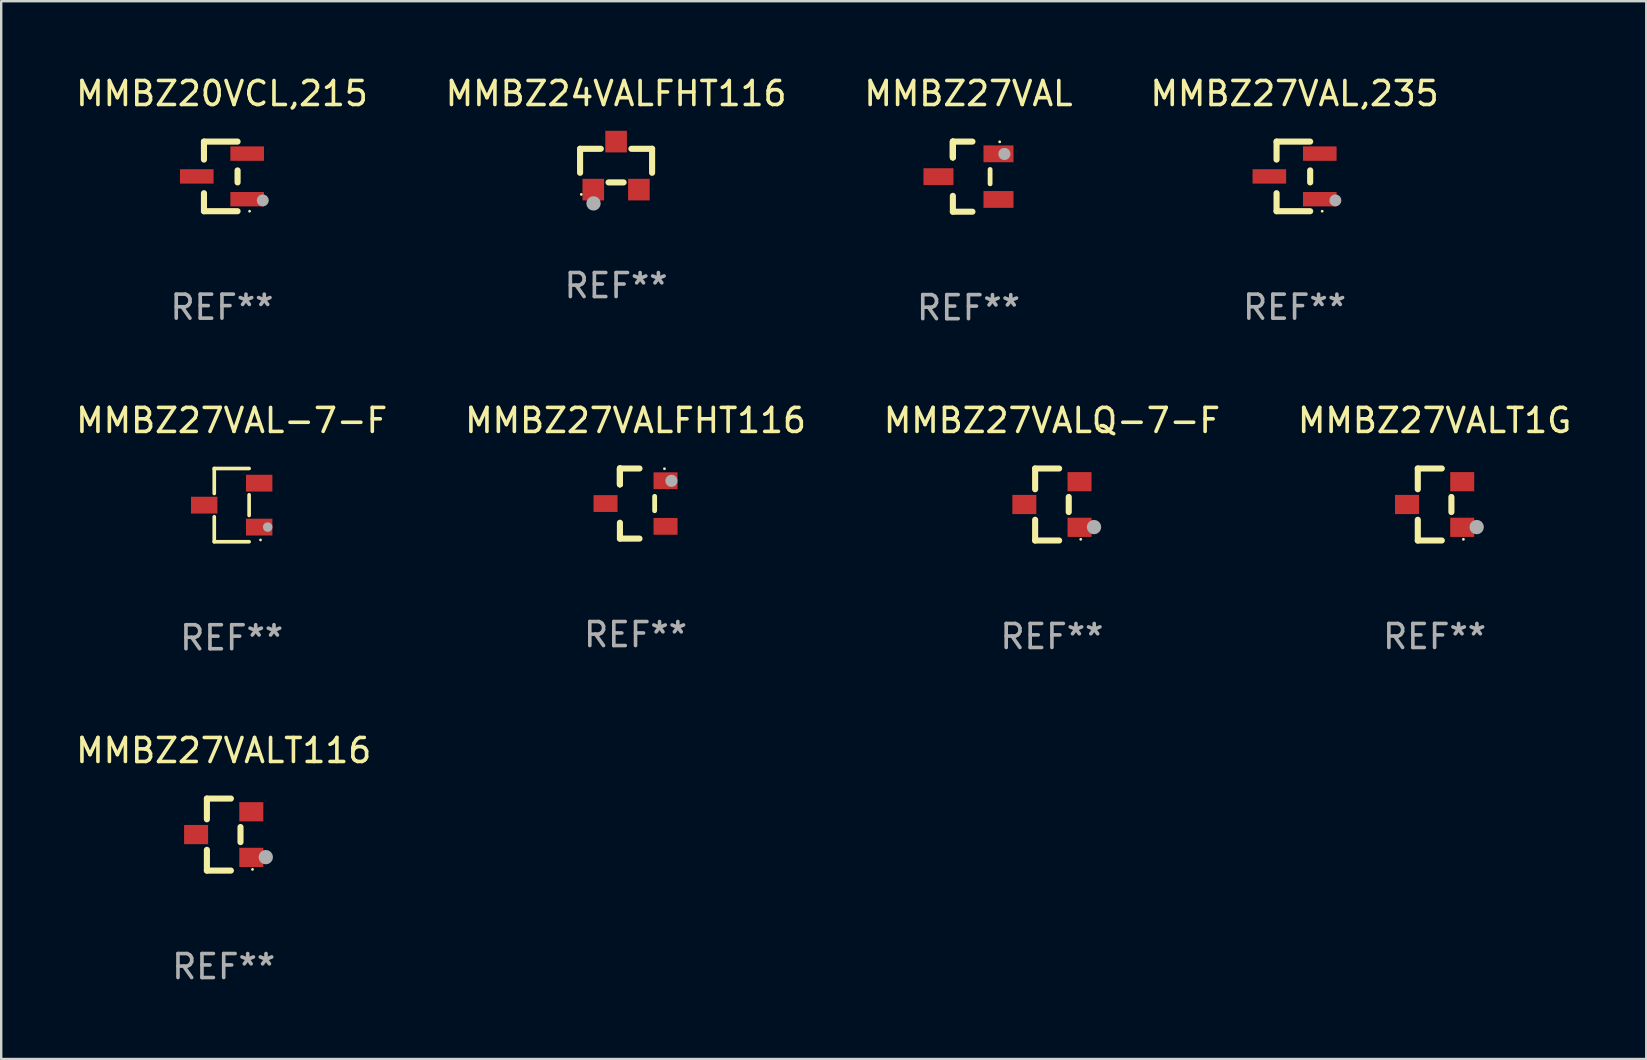
<source format=kicad_pcb>
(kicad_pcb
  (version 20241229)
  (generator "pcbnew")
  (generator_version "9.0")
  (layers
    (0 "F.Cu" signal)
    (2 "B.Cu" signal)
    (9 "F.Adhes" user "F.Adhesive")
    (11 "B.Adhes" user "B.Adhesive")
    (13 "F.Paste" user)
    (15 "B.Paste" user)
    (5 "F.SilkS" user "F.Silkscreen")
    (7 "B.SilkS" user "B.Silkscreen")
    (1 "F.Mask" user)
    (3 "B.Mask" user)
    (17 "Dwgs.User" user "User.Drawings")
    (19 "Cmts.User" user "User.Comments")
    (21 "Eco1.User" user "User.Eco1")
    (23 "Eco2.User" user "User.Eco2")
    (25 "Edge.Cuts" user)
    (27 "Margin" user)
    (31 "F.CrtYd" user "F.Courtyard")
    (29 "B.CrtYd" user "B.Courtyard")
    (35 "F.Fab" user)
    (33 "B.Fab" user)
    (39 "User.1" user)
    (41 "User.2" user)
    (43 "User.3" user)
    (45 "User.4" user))
  (footprint "MMBZ27VAL-7-F"
    (layer "F.Cu")
    (at 6.601 17.991)
    (property "Reference" "MMBZ27VAL-7-F" (at 0 -3.526 0) (layer "F.SilkS") (effects (font (size 1 1) (thickness 0.15))))
    (attr through_hole)
    (fp_line (start -0.726 -1.526) (end -0.726 -0.485) (stroke (width 0.152) (type solid)) (layer "F.SilkS"))
    (fp_line (start -0.726 1.526) (end -0.726 0.485) (stroke (width 0.152) (type solid)) (layer "F.SilkS"))
    (fp_line (start 0.726 -1.526) (end -0.726 -1.526) (stroke (width 0.152) (type solid)) (layer "F.SilkS"))
    (fp_line (start 0.726 -0.43) (end 0.726 0.43) (stroke (width 0.152) (type solid)) (layer "F.SilkS"))
    (fp_line (start 0.726 1.526) (end -0.726 1.526) (stroke (width 0.152) (type solid)) (layer "F.SilkS"))
    (fp_circle (center 1.2 1.45) (end 1.23 1.45) (stroke (width 0.06) (type solid)) (fill no) (layer "F.SilkS"))
    (fp_circle (center 1.5 0.915) (end 1.6 0.915) (stroke (width 0.2) (type solid)) (fill no) (layer "F.Fab"))
    (fp_text user "REF**" (at 0 5.526 0) (layer "F.Fab") (effects (font (size 1 1) (thickness 0.15))))
    (pad "1" smd rect (at 1.145 0.915 90) (size 0.7 1.1) (layers "F.Cu" "F.Mask" "F.Paste"))
    (pad "2" smd rect (at 1.145 -0.915 90) (size 0.7 1.1) (layers "F.Cu" "F.Mask" "F.Paste"))
    (pad "3" smd rect (at -1.145 0 90) (size 0.7 1.1) (layers "F.Cu" "F.Mask" "F.Paste")))
  (footprint "MMBZ27VALFHT116"
    (layer "F.Cu")
    (at 23.423 17.925)
    (property "Reference" "MMBZ27VALFHT116" (at 0 -3.46 0) (layer "F.SilkS") (effects (font (size 1 1) (thickness 0.15))))
    (attr through_hole)
    (fp_line (start -0.65 -1.46) (end -0.65 -0.8) (stroke (width 0.254) (type solid)) (layer "F.SilkS"))
    (fp_line (start -0.65 -1.46) (end 0.165 -1.46) (stroke (width 0.254) (type solid)) (layer "F.SilkS"))
    (fp_line (start -0.65 -0.8) (end -0.65 -1.46) (stroke (width 0.254) (type solid)) (layer "F.SilkS"))
    (fp_line (start -0.65 -0.8) (end -0.65 -1.46) (stroke (width 0.254) (type solid)) (layer "F.SilkS"))
    (fp_line (start -0.65 1.46) (end -0.65 0.8) (stroke (width 0.254) (type solid)) (layer "F.SilkS"))
    (fp_line (start 0.165 1.46) (end -0.65 1.46) (stroke (width 0.254) (type solid)) (layer "F.SilkS"))
    (fp_line (start 0.796 0.3) (end 0.796 -0.3) (stroke (width 0.2) (type solid)) (layer "F.SilkS"))
    (fp_circle (center 1.205 -1.45) (end 1.235 -1.45) (stroke (width 0.06) (type solid)) (fill no) (layer "F.SilkS"))
    (fp_circle (center 1.496 -0.945) (end 1.623 -0.945) (stroke (width 0.254) (type solid)) (fill no) (layer "F.Fab"))
    (fp_text user "REF**" (at 0 5.46 0) (layer "F.Fab") (effects (font (size 1 1) (thickness 0.15))))
    (pad "1" smd rect (at 1.25 -0.95 270) (size 0.7 1) (layers "F.Cu" "F.Mask" "F.Paste"))
    (pad "2" smd rect (at 1.25 0.95 270) (size 0.7 1) (layers "F.Cu" "F.Mask" "F.Paste"))
    (pad "3" smd rect (at -1.25 0.000102 270) (size 0.7 1) (layers "F.Cu" "F.Mask" "F.Paste")))
  (footprint "MMBZ27VALT116"
    (layer "F.Cu")
    (at 6.268 31.714)
    (property "Reference" "MMBZ27VALT116" (at 0 -3.5 0) (layer "F.SilkS") (effects (font (size 1 1) (thickness 0.15))))
    (attr through_hole)
    (fp_line (start -0.7 -1.5) (end 0.3 -1.5) (stroke (width 0.254) (type solid)) (layer "F.SilkS"))
    (fp_line (start -0.7 -0.636) (end -0.7 -1.5) (stroke (width 0.254) (type solid)) (layer "F.SilkS"))
    (fp_line (start -0.7 1.5) (end -0.7 0.636) (stroke (width 0.254) (type solid)) (layer "F.SilkS"))
    (fp_line (start -0.7 1.5) (end 0.3 1.5) (stroke (width 0.254) (type solid)) (layer "F.SilkS"))
    (fp_line (start 0.7 0.314) (end 0.7 -0.314) (stroke (width 0.254) (type solid)) (layer "F.SilkS"))
    (fp_circle (center 1.2 1.45) (end 1.23 1.45) (stroke (width 0.06) (type solid)) (fill no) (layer "F.SilkS"))
    (fp_circle (center 1.753 0.94) (end 1.903 0.94) (stroke (width 0.3) (type solid)) (fill no) (layer "F.Fab"))
    (fp_text user "REF**" (at 0 5.5 0) (layer "F.Fab") (effects (font (size 1 1) (thickness 0.15))))
    (pad "1" smd rect (at 1.15 0.95 180) (size 1 0.8) (layers "F.Cu" "F.Mask" "F.Paste"))
    (pad "2" smd rect (at 1.15 -0.95 180) (size 1 0.8) (layers "F.Cu" "F.Mask" "F.Paste"))
    (pad "3" smd rect (at -1.15 -0.000051 180) (size 1 0.8) (layers "F.Cu" "F.Mask" "F.Paste")))
  (footprint "MMBZ27VAL"
    (layer "F.Cu")
    (at 37.292 4.308)
    (property "Reference" "MMBZ27VAL" (at 0 -3.46 0) (layer "F.SilkS") (effects (font (size 1 1) (thickness 0.15))))
    (attr through_hole)
    (fp_line (start -0.65 -1.46) (end -0.65 -0.8) (stroke (width 0.254) (type solid)) (layer "F.SilkS"))
    (fp_line (start -0.65 -1.46) (end 0.165 -1.46) (stroke (width 0.254) (type solid)) (layer "F.SilkS"))
    (fp_line (start -0.65 -0.8) (end -0.65 -1.46) (stroke (width 0.254) (type solid)) (layer "F.SilkS"))
    (fp_line (start -0.65 -0.8) (end -0.65 -1.46) (stroke (width 0.254) (type solid)) (layer "F.SilkS"))
    (fp_line (start -0.65 1.46) (end -0.65 0.8) (stroke (width 0.254) (type solid)) (layer "F.SilkS"))
    (fp_line (start 0.165 1.46) (end -0.65 1.46) (stroke (width 0.254) (type solid)) (layer "F.SilkS"))
    (fp_line (start 0.9 0.3) (end 0.9 -0.3) (stroke (width 0.2) (type solid)) (layer "F.SilkS"))
    (fp_circle (center 1.3 -1.45) (end 1.33 -1.45) (stroke (width 0.06) (type solid)) (fill no) (layer "F.SilkS"))
    (fp_circle (center 1.496 -0.945) (end 1.623 -0.945) (stroke (width 0.254) (type solid)) (fill no) (layer "F.Fab"))
    (fp_text user "REF**" (at 0 5.46 0) (layer "F.Fab") (effects (font (size 1 1) (thickness 0.15))))
    (pad "1" smd rect (at 1.25 -0.95 270) (size 0.7 1.25) (layers "F.Cu" "F.Mask" "F.Paste"))
    (pad "2" smd rect (at 1.25 0.95 270) (size 0.7 1.25) (layers "F.Cu" "F.Mask" "F.Paste"))
    (pad "3" smd rect (at -1.25 0 270) (size 0.7 1.25) (layers "F.Cu" "F.Mask" "F.Paste")))
  (footprint "MMBZ27VALQ-7-F"
    (layer "F.Cu")
    (at 40.768 17.965)
    (property "Reference" "MMBZ27VALQ-7-F" (at 0 -3.5 0) (layer "F.SilkS") (effects (font (size 1 1) (thickness 0.15))))
    (attr through_hole)
    (fp_line (start -0.7 -1.5) (end 0.3 -1.5) (stroke (width 0.254) (type solid)) (layer "F.SilkS"))
    (fp_line (start -0.7 -0.636) (end -0.7 -1.5) (stroke (width 0.254) (type solid)) (layer "F.SilkS"))
    (fp_line (start -0.7 1.5) (end -0.7 0.636) (stroke (width 0.254) (type solid)) (layer "F.SilkS"))
    (fp_line (start -0.7 1.5) (end 0.3 1.5) (stroke (width 0.254) (type solid)) (layer "F.SilkS"))
    (fp_line (start 0.7 0.314) (end 0.7 -0.314) (stroke (width 0.254) (type solid)) (layer "F.SilkS"))
    (fp_circle (center 1.2 1.45) (end 1.23 1.45) (stroke (width 0.06) (type solid)) (fill no) (layer "F.SilkS"))
    (fp_circle (center 1.753 0.94) (end 1.903 0.94) (stroke (width 0.3) (type solid)) (fill no) (layer "F.Fab"))
    (fp_text user "REF**" (at 0 5.5 0) (layer "F.Fab") (effects (font (size 1 1) (thickness 0.15))))
    (pad "1" smd rect (at 1.15 0.95 180) (size 1 0.8) (layers "F.Cu" "F.Mask" "F.Paste"))
    (pad "2" smd rect (at 1.15 -0.95 180) (size 1 0.8) (layers "F.Cu" "F.Mask" "F.Paste"))
    (pad "3" smd rect (at -1.15 -0.000051 180) (size 1 0.8) (layers "F.Cu" "F.Mask" "F.Paste")))
  (footprint "MMBZ27VALT1G"
    (layer "F.Cu")
    (at 56.708 17.965)
    (property "Reference" "MMBZ27VALT1G" (at 0 -3.5 0) (layer "F.SilkS") (effects (font (size 1 1) (thickness 0.15))))
    (attr through_hole)
    (fp_line (start -0.7 -1.5) (end 0.3 -1.5) (stroke (width 0.254) (type solid)) (layer "F.SilkS"))
    (fp_line (start -0.7 -0.636) (end -0.7 -1.5) (stroke (width 0.254) (type solid)) (layer "F.SilkS"))
    (fp_line (start -0.7 1.5) (end -0.7 0.636) (stroke (width 0.254) (type solid)) (layer "F.SilkS"))
    (fp_line (start -0.7 1.5) (end 0.3 1.5) (stroke (width 0.254) (type solid)) (layer "F.SilkS"))
    (fp_line (start 0.7 0.314) (end 0.7 -0.314) (stroke (width 0.254) (type solid)) (layer "F.SilkS"))
    (fp_circle (center 1.2 1.45) (end 1.23 1.45) (stroke (width 0.06) (type solid)) (fill no) (layer "F.SilkS"))
    (fp_circle (center 1.753 0.94) (end 1.903 0.94) (stroke (width 0.3) (type solid)) (fill no) (layer "F.Fab"))
    (fp_text user "REF**" (at 0 5.5 0) (layer "F.Fab") (effects (font (size 1 1) (thickness 0.15))))
    (pad "1" smd rect (at 1.15 0.95 180) (size 1 0.8) (layers "F.Cu" "F.Mask" "F.Paste"))
    (pad "2" smd rect (at 1.15 -0.95 180) (size 1 0.8) (layers "F.Cu" "F.Mask" "F.Paste"))
    (pad "3" smd rect (at -1.15 -0.000051 180) (size 1 0.8) (layers "F.Cu" "F.Mask" "F.Paste")))
  (footprint "MMBZ27VAL,235"
    (layer "F.Cu")
    (at 50.875 4.298)
    (property "Reference" "MMBZ27VAL,235" (at 0 -3.45 0) (layer "F.SilkS") (effects (font (size 1 1) (thickness 0.15))))
    (attr through_hole)
    (fp_line (start -0.75 -1.45) (end 0.65 -1.45) (stroke (width 0.254) (type solid)) (layer "F.SilkS"))
    (fp_line (start -0.75 -0.7) (end -0.75 -1.45) (stroke (width 0.254) (type solid)) (layer "F.SilkS"))
    (fp_line (start -0.75 1.45) (end -0.75 0.7) (stroke (width 0.254) (type solid)) (layer "F.SilkS"))
    (fp_line (start -0.75 1.45) (end 0.65 1.45) (stroke (width 0.254) (type solid)) (layer "F.SilkS"))
    (fp_line (start 0.65 0.25) (end 0.65 -0.25) (stroke (width 0.254) (type solid)) (layer "F.SilkS"))
    (fp_circle (center 1.15 1.45) (end 1.18 1.45) (stroke (width 0.06) (type solid)) (fill no) (layer "F.SilkS"))
    (fp_circle (center 1.7 1) (end 1.825 1) (stroke (width 0.25) (type solid)) (fill no) (layer "F.Fab"))
    (fp_text user "REF**" (at 0 5.45 0) (layer "F.Fab") (effects (font (size 1 1) (thickness 0.15))))
    (pad "1" smd rect (at 1.05 0.95) (size 1.4 0.6) (layers "F.Cu" "F.Mask" "F.Paste"))
    (pad "2" smd rect (at 1.05 -0.95) (size 1.4 0.6) (layers "F.Cu" "F.Mask" "F.Paste"))
    (pad "3" smd rect (at -1.05 0) (size 1.4 0.6) (layers "F.Cu" "F.Mask" "F.Paste")))
  (footprint "MMBZ20VCL,215"
    (layer "F.Cu")
    (at 6.196 4.298)
    (property "Reference" "MMBZ20VCL,215" (at 0 -3.45 0) (layer "F.SilkS") (effects (font (size 1 1) (thickness 0.15))))
    (attr through_hole)
    (fp_line (start -0.75 -1.45) (end 0.65 -1.45) (stroke (width 0.254) (type solid)) (layer "F.SilkS"))
    (fp_line (start -0.75 -0.7) (end -0.75 -1.45) (stroke (width 0.254) (type solid)) (layer "F.SilkS"))
    (fp_line (start -0.75 1.45) (end -0.75 0.7) (stroke (width 0.254) (type solid)) (layer "F.SilkS"))
    (fp_line (start -0.75 1.45) (end 0.65 1.45) (stroke (width 0.254) (type solid)) (layer "F.SilkS"))
    (fp_line (start 0.65 0.25) (end 0.65 -0.25) (stroke (width 0.254) (type solid)) (layer "F.SilkS"))
    (fp_circle (center 1.15 1.45) (end 1.18 1.45) (stroke (width 0.06) (type solid)) (fill no) (layer "F.SilkS"))
    (fp_circle (center 1.7 1) (end 1.825 1) (stroke (width 0.25) (type solid)) (fill no) (layer "F.Fab"))
    (fp_text user "REF**" (at 0 5.45 0) (layer "F.Fab") (effects (font (size 1 1) (thickness 0.15))))
    (pad "1" smd rect (at 1.05 0.95) (size 1.4 0.6) (layers "F.Cu" "F.Mask" "F.Paste"))
    (pad "2" smd rect (at 1.05 -0.95) (size 1.4 0.6) (layers "F.Cu" "F.Mask" "F.Paste"))
    (pad "3" smd rect (at -1.05 0) (size 1.4 0.6) (layers "F.Cu" "F.Mask" "F.Paste")))
  (footprint "MMBZ24VALFHT116"
    (layer "F.Cu")
    (at 22.613 3.848)
    (property "Reference" "MMBZ24VALFHT116" (at 0 -3 0) (layer "F.SilkS") (effects (font (size 1 1) (thickness 0.15))))
    (attr through_hole)
    (fp_line (start -1.5 -0.7) (end -1.5 0.3) (stroke (width 0.254) (type solid)) (layer "F.SilkS"))
    (fp_line (start -1.5 -0.7) (end -0.636 -0.7) (stroke (width 0.254) (type solid)) (layer "F.SilkS"))
    (fp_line (start -0.314 0.7) (end 0.314 0.7) (stroke (width 0.254) (type solid)) (layer "F.SilkS"))
    (fp_line (start 0.636 -0.7) (end 1.5 -0.7) (stroke (width 0.254) (type solid)) (layer "F.SilkS"))
    (fp_line (start 1.5 -0.7) (end 1.5 0.3) (stroke (width 0.254) (type solid)) (layer "F.SilkS"))
    (fp_circle (center -1.45 1.2) (end -1.42 1.2) (stroke (width 0.06) (type solid)) (fill no) (layer "F.SilkS"))
    (fp_circle (center -0.94 1.575) (end -0.79 1.575) (stroke (width 0.3) (type solid)) (fill no) (layer "F.Fab"))
    (fp_text user "REF**" (at 0 5 0) (layer "F.Fab") (effects (font (size 1 1) (thickness 0.15))))
    (pad "1" smd rect (at -0.95 1) (size 0.9 0.9) (layers "F.Cu" "F.Mask" "F.Paste"))
    (pad "2" smd rect (at 0.95 1) (size 0.9 0.9) (layers "F.Cu" "F.Mask" "F.Paste"))
    (pad "3" smd rect (at 0.000051 -1) (size 0.9 0.9) (layers "F.Cu" "F.Mask" "F.Paste")))
  (gr_rect
    (start -3 -3)
    (end 65.524 41.062)
    (stroke (width 0.1) (type default))
    (fill no)
    (layer "Edge.Cuts")))
</source>
